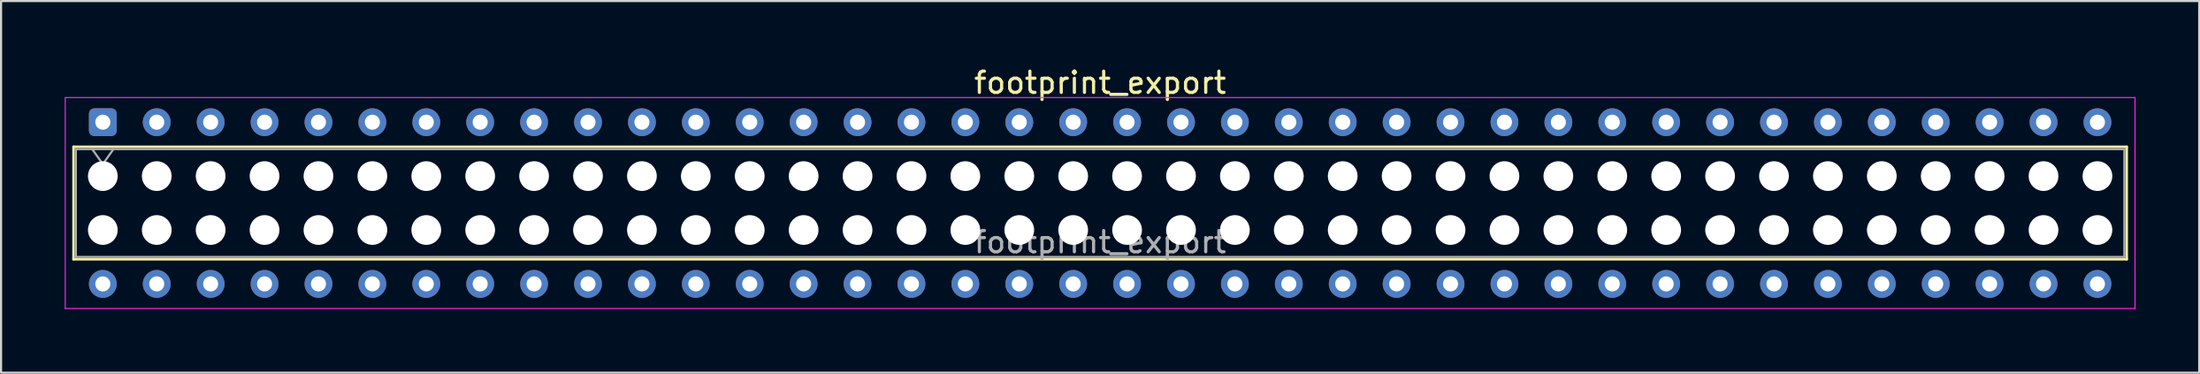
<source format=kicad_pcb>
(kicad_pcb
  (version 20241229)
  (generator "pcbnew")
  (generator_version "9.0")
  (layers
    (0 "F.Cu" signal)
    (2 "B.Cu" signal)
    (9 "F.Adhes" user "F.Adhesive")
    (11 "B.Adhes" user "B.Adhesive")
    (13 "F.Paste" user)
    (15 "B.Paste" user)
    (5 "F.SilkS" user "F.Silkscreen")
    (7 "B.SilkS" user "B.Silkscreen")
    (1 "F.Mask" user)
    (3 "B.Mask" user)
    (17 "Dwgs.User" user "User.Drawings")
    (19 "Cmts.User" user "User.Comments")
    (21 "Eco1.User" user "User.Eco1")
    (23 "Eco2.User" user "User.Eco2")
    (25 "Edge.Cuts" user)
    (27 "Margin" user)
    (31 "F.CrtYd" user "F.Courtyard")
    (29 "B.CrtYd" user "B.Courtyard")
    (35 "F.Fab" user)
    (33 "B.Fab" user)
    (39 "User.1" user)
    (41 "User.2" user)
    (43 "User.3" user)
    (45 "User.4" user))
  (footprint "footprint_export"
    (layer "F.Cu")
    (at 1.795 2.708)
    (property "Reference" "footprint_export" (at 46.99 -1.86 0) (layer "F.SilkS") (effects (font (size 1 1) (thickness 0.15))))
    (attr through_hole)
    (fp_line (start -1.38 1.16) (end 95.36 1.16) (stroke (width 0.12) (type solid)) (layer "F.SilkS"))
    (fp_line (start -1.38 6.46) (end -1.38 1.16) (stroke (width 0.12) (type solid)) (layer "F.SilkS"))
    (fp_line (start 95.36 1.16) (end 95.36 6.46) (stroke (width 0.12) (type solid)) (layer "F.SilkS"))
    (fp_line (start 95.36 6.46) (end -1.38 6.46) (stroke (width 0.12) (type solid)) (layer "F.SilkS"))
    (fp_line (start -1.77 -1.16) (end 95.75 -1.16) (stroke (width 0.05) (type solid)) (layer "F.CrtYd"))
    (fp_line (start -1.77 8.78) (end -1.77 -1.16) (stroke (width 0.05) (type solid)) (layer "F.CrtYd"))
    (fp_line (start 95.75 -1.16) (end 95.75 8.78) (stroke (width 0.05) (type solid)) (layer "F.CrtYd"))
    (fp_line (start 95.75 8.78) (end -1.77 8.78) (stroke (width 0.05) (type solid)) (layer "F.CrtYd"))
    (fp_line (start -1.27 1.27) (end 95.25 1.27) (stroke (width 0.1) (type solid)) (layer "F.Fab"))
    (fp_line (start -1.27 6.35) (end -1.27 1.27) (stroke (width 0.1) (type solid)) (layer "F.Fab"))
    (fp_line (start -0.5 1.27) (end 0 1.977) (stroke (width 0.1) (type solid)) (layer "F.Fab"))
    (fp_line (start 0 1.977) (end 0.5 1.27) (stroke (width 0.1) (type solid)) (layer "F.Fab"))
    (fp_line (start 95.25 1.27) (end 95.25 6.35) (stroke (width 0.1) (type solid)) (layer "F.Fab"))
    (fp_line (start 95.25 6.35) (end -1.27 6.35) (stroke (width 0.1) (type solid)) (layer "F.Fab"))
    (fp_text user "${REFERENCE}" (at 46.99 5.65 0) (layer "F.Fab") (effects (font (size 1 1) (thickness 0.15))))
    (pad "" np_thru_hole circle (at 0 2.54) (size 1.4 1.4) (drill 1.4) (layers "*.Cu" "*.Mask"))
    (pad "" np_thru_hole circle (at 0 5.08) (size 1.4 1.4) (drill 1.4) (layers "*.Cu" "*.Mask"))
    (pad "" np_thru_hole circle (at 2.54 2.54) (size 1.4 1.4) (drill 1.4) (layers "*.Cu" "*.Mask"))
    (pad "" np_thru_hole circle (at 2.54 5.08) (size 1.4 1.4) (drill 1.4) (layers "*.Cu" "*.Mask"))
    (pad "" np_thru_hole circle (at 5.08 2.54) (size 1.4 1.4) (drill 1.4) (layers "*.Cu" "*.Mask"))
    (pad "" np_thru_hole circle (at 5.08 5.08) (size 1.4 1.4) (drill 1.4) (layers "*.Cu" "*.Mask"))
    (pad "" np_thru_hole circle (at 7.62 2.54) (size 1.4 1.4) (drill 1.4) (layers "*.Cu" "*.Mask"))
    (pad "" np_thru_hole circle (at 7.62 5.08) (size 1.4 1.4) (drill 1.4) (layers "*.Cu" "*.Mask"))
    (pad "" np_thru_hole circle (at 10.16 2.54) (size 1.4 1.4) (drill 1.4) (layers "*.Cu" "*.Mask"))
    (pad "" np_thru_hole circle (at 10.16 5.08) (size 1.4 1.4) (drill 1.4) (layers "*.Cu" "*.Mask"))
    (pad "" np_thru_hole circle (at 12.7 2.54) (size 1.4 1.4) (drill 1.4) (layers "*.Cu" "*.Mask"))
    (pad "" np_thru_hole circle (at 12.7 5.08) (size 1.4 1.4) (drill 1.4) (layers "*.Cu" "*.Mask"))
    (pad "" np_thru_hole circle (at 15.24 2.54) (size 1.4 1.4) (drill 1.4) (layers "*.Cu" "*.Mask"))
    (pad "" np_thru_hole circle (at 15.24 5.08) (size 1.4 1.4) (drill 1.4) (layers "*.Cu" "*.Mask"))
    (pad "" np_thru_hole circle (at 17.78 2.54) (size 1.4 1.4) (drill 1.4) (layers "*.Cu" "*.Mask"))
    (pad "" np_thru_hole circle (at 17.78 5.08) (size 1.4 1.4) (drill 1.4) (layers "*.Cu" "*.Mask"))
    (pad "" np_thru_hole circle (at 20.32 2.54) (size 1.4 1.4) (drill 1.4) (layers "*.Cu" "*.Mask"))
    (pad "" np_thru_hole circle (at 20.32 5.08) (size 1.4 1.4) (drill 1.4) (layers "*.Cu" "*.Mask"))
    (pad "" np_thru_hole circle (at 22.86 2.54) (size 1.4 1.4) (drill 1.4) (layers "*.Cu" "*.Mask"))
    (pad "" np_thru_hole circle (at 22.86 5.08) (size 1.4 1.4) (drill 1.4) (layers "*.Cu" "*.Mask"))
    (pad "" np_thru_hole circle (at 25.4 2.54) (size 1.4 1.4) (drill 1.4) (layers "*.Cu" "*.Mask"))
    (pad "" np_thru_hole circle (at 25.4 5.08) (size 1.4 1.4) (drill 1.4) (layers "*.Cu" "*.Mask"))
    (pad "" np_thru_hole circle (at 27.94 2.54) (size 1.4 1.4) (drill 1.4) (layers "*.Cu" "*.Mask"))
    (pad "" np_thru_hole circle (at 27.94 5.08) (size 1.4 1.4) (drill 1.4) (layers "*.Cu" "*.Mask"))
    (pad "" np_thru_hole circle (at 30.48 2.54) (size 1.4 1.4) (drill 1.4) (layers "*.Cu" "*.Mask"))
    (pad "" np_thru_hole circle (at 30.48 5.08) (size 1.4 1.4) (drill 1.4) (layers "*.Cu" "*.Mask"))
    (pad "" np_thru_hole circle (at 33.02 2.54) (size 1.4 1.4) (drill 1.4) (layers "*.Cu" "*.Mask"))
    (pad "" np_thru_hole circle (at 33.02 5.08) (size 1.4 1.4) (drill 1.4) (layers "*.Cu" "*.Mask"))
    (pad "" np_thru_hole circle (at 35.56 2.54) (size 1.4 1.4) (drill 1.4) (layers "*.Cu" "*.Mask"))
    (pad "" np_thru_hole circle (at 35.56 5.08) (size 1.4 1.4) (drill 1.4) (layers "*.Cu" "*.Mask"))
    (pad "" np_thru_hole circle (at 38.1 2.54) (size 1.4 1.4) (drill 1.4) (layers "*.Cu" "*.Mask"))
    (pad "" np_thru_hole circle (at 38.1 5.08) (size 1.4 1.4) (drill 1.4) (layers "*.Cu" "*.Mask"))
    (pad "" np_thru_hole circle (at 40.64 2.54) (size 1.4 1.4) (drill 1.4) (layers "*.Cu" "*.Mask"))
    (pad "" np_thru_hole circle (at 40.64 5.08) (size 1.4 1.4) (drill 1.4) (layers "*.Cu" "*.Mask"))
    (pad "" np_thru_hole circle (at 43.18 2.54) (size 1.4 1.4) (drill 1.4) (layers "*.Cu" "*.Mask"))
    (pad "" np_thru_hole circle (at 43.18 5.08) (size 1.4 1.4) (drill 1.4) (layers "*.Cu" "*.Mask"))
    (pad "" np_thru_hole circle (at 45.72 2.54) (size 1.4 1.4) (drill 1.4) (layers "*.Cu" "*.Mask"))
    (pad "" np_thru_hole circle (at 45.72 5.08) (size 1.4 1.4) (drill 1.4) (layers "*.Cu" "*.Mask"))
    (pad "" np_thru_hole circle (at 48.26 2.54) (size 1.4 1.4) (drill 1.4) (layers "*.Cu" "*.Mask"))
    (pad "" np_thru_hole circle (at 48.26 5.08) (size 1.4 1.4) (drill 1.4) (layers "*.Cu" "*.Mask"))
    (pad "" np_thru_hole circle (at 50.8 2.54) (size 1.4 1.4) (drill 1.4) (layers "*.Cu" "*.Mask"))
    (pad "" np_thru_hole circle (at 50.8 5.08) (size 1.4 1.4) (drill 1.4) (layers "*.Cu" "*.Mask"))
    (pad "" np_thru_hole circle (at 53.34 2.54) (size 1.4 1.4) (drill 1.4) (layers "*.Cu" "*.Mask"))
    (pad "" np_thru_hole circle (at 53.34 5.08) (size 1.4 1.4) (drill 1.4) (layers "*.Cu" "*.Mask"))
    (pad "" np_thru_hole circle (at 55.88 2.54) (size 1.4 1.4) (drill 1.4) (layers "*.Cu" "*.Mask"))
    (pad "" np_thru_hole circle (at 55.88 5.08) (size 1.4 1.4) (drill 1.4) (layers "*.Cu" "*.Mask"))
    (pad "" np_thru_hole circle (at 58.42 2.54) (size 1.4 1.4) (drill 1.4) (layers "*.Cu" "*.Mask"))
    (pad "" np_thru_hole circle (at 58.42 5.08) (size 1.4 1.4) (drill 1.4) (layers "*.Cu" "*.Mask"))
    (pad "" np_thru_hole circle (at 60.96 2.54) (size 1.4 1.4) (drill 1.4) (layers "*.Cu" "*.Mask"))
    (pad "" np_thru_hole circle (at 60.96 5.08) (size 1.4 1.4) (drill 1.4) (layers "*.Cu" "*.Mask"))
    (pad "" np_thru_hole circle (at 63.5 2.54) (size 1.4 1.4) (drill 1.4) (layers "*.Cu" "*.Mask"))
    (pad "" np_thru_hole circle (at 63.5 5.08) (size 1.4 1.4) (drill 1.4) (layers "*.Cu" "*.Mask"))
    (pad "" np_thru_hole circle (at 66.04 2.54) (size 1.4 1.4) (drill 1.4) (layers "*.Cu" "*.Mask"))
    (pad "" np_thru_hole circle (at 66.04 5.08) (size 1.4 1.4) (drill 1.4) (layers "*.Cu" "*.Mask"))
    (pad "" np_thru_hole circle (at 68.58 2.54) (size 1.4 1.4) (drill 1.4) (layers "*.Cu" "*.Mask"))
    (pad "" np_thru_hole circle (at 68.58 5.08) (size 1.4 1.4) (drill 1.4) (layers "*.Cu" "*.Mask"))
    (pad "" np_thru_hole circle (at 71.12 2.54) (size 1.4 1.4) (drill 1.4) (layers "*.Cu" "*.Mask"))
    (pad "" np_thru_hole circle (at 71.12 5.08) (size 1.4 1.4) (drill 1.4) (layers "*.Cu" "*.Mask"))
    (pad "" np_thru_hole circle (at 73.66 2.54) (size 1.4 1.4) (drill 1.4) (layers "*.Cu" "*.Mask"))
    (pad "" np_thru_hole circle (at 73.66 5.08) (size 1.4 1.4) (drill 1.4) (layers "*.Cu" "*.Mask"))
    (pad "" np_thru_hole circle (at 76.2 2.54) (size 1.4 1.4) (drill 1.4) (layers "*.Cu" "*.Mask"))
    (pad "" np_thru_hole circle (at 76.2 5.08) (size 1.4 1.4) (drill 1.4) (layers "*.Cu" "*.Mask"))
    (pad "" np_thru_hole circle (at 78.74 2.54) (size 1.4 1.4) (drill 1.4) (layers "*.Cu" "*.Mask"))
    (pad "" np_thru_hole circle (at 78.74 5.08) (size 1.4 1.4) (drill 1.4) (layers "*.Cu" "*.Mask"))
    (pad "" np_thru_hole circle (at 81.28 2.54) (size 1.4 1.4) (drill 1.4) (layers "*.Cu" "*.Mask"))
    (pad "" np_thru_hole circle (at 81.28 5.08) (size 1.4 1.4) (drill 1.4) (layers "*.Cu" "*.Mask"))
    (pad "" np_thru_hole circle (at 83.82 2.54) (size 1.4 1.4) (drill 1.4) (layers "*.Cu" "*.Mask"))
    (pad "" np_thru_hole circle (at 83.82 5.08) (size 1.4 1.4) (drill 1.4) (layers "*.Cu" "*.Mask"))
    (pad "" np_thru_hole circle (at 86.36 2.54) (size 1.4 1.4) (drill 1.4) (layers "*.Cu" "*.Mask"))
    (pad "" np_thru_hole circle (at 86.36 5.08) (size 1.4 1.4) (drill 1.4) (layers "*.Cu" "*.Mask"))
    (pad "" np_thru_hole circle (at 88.9 2.54) (size 1.4 1.4) (drill 1.4) (layers "*.Cu" "*.Mask"))
    (pad "" np_thru_hole circle (at 88.9 5.08) (size 1.4 1.4) (drill 1.4) (layers "*.Cu" "*.Mask"))
    (pad "" np_thru_hole circle (at 91.44 2.54) (size 1.4 1.4) (drill 1.4) (layers "*.Cu" "*.Mask"))
    (pad "" np_thru_hole circle (at 91.44 5.08) (size 1.4 1.4) (drill 1.4) (layers "*.Cu" "*.Mask"))
    (pad "" np_thru_hole circle (at 93.98 2.54) (size 1.4 1.4) (drill 1.4) (layers "*.Cu" "*.Mask"))
    (pad "" np_thru_hole circle (at 93.98 5.08) (size 1.4 1.4) (drill 1.4) (layers "*.Cu" "*.Mask"))
    (pad "1" thru_hole roundrect (at 0 0) (size 1.31 1.31) (drill 0.71) (layers "*.Cu" "*.Mask") (roundrect_rratio 0.191))
    (pad "2" thru_hole circle (at 0 7.62) (size 1.31 1.31) (drill 0.71) (layers "*.Cu" "*.Mask"))
    (pad "3" thru_hole circle (at 2.54 0) (size 1.31 1.31) (drill 0.71) (layers "*.Cu" "*.Mask"))
    (pad "4" thru_hole circle (at 2.54 7.62) (size 1.31 1.31) (drill 0.71) (layers "*.Cu" "*.Mask"))
    (pad "5" thru_hole circle (at 5.08 0) (size 1.31 1.31) (drill 0.71) (layers "*.Cu" "*.Mask"))
    (pad "6" thru_hole circle (at 5.08 7.62) (size 1.31 1.31) (drill 0.71) (layers "*.Cu" "*.Mask"))
    (pad "7" thru_hole circle (at 7.62 0) (size 1.31 1.31) (drill 0.71) (layers "*.Cu" "*.Mask"))
    (pad "8" thru_hole circle (at 7.62 7.62) (size 1.31 1.31) (drill 0.71) (layers "*.Cu" "*.Mask"))
    (pad "9" thru_hole circle (at 10.16 0) (size 1.31 1.31) (drill 0.71) (layers "*.Cu" "*.Mask"))
    (pad "10" thru_hole circle (at 10.16 7.62) (size 1.31 1.31) (drill 0.71) (layers "*.Cu" "*.Mask"))
    (pad "11" thru_hole circle (at 12.7 0) (size 1.31 1.31) (drill 0.71) (layers "*.Cu" "*.Mask"))
    (pad "12" thru_hole circle (at 12.7 7.62) (size 1.31 1.31) (drill 0.71) (layers "*.Cu" "*.Mask"))
    (pad "13" thru_hole circle (at 15.24 0) (size 1.31 1.31) (drill 0.71) (layers "*.Cu" "*.Mask"))
    (pad "14" thru_hole circle (at 15.24 7.62) (size 1.31 1.31) (drill 0.71) (layers "*.Cu" "*.Mask"))
    (pad "15" thru_hole circle (at 17.78 0) (size 1.31 1.31) (drill 0.71) (layers "*.Cu" "*.Mask"))
    (pad "16" thru_hole circle (at 17.78 7.62) (size 1.31 1.31) (drill 0.71) (layers "*.Cu" "*.Mask"))
    (pad "17" thru_hole circle (at 20.32 0) (size 1.31 1.31) (drill 0.71) (layers "*.Cu" "*.Mask"))
    (pad "18" thru_hole circle (at 20.32 7.62) (size 1.31 1.31) (drill 0.71) (layers "*.Cu" "*.Mask"))
    (pad "19" thru_hole circle (at 22.86 0) (size 1.31 1.31) (drill 0.71) (layers "*.Cu" "*.Mask"))
    (pad "20" thru_hole circle (at 22.86 7.62) (size 1.31 1.31) (drill 0.71) (layers "*.Cu" "*.Mask"))
    (pad "21" thru_hole circle (at 25.4 0) (size 1.31 1.31) (drill 0.71) (layers "*.Cu" "*.Mask"))
    (pad "22" thru_hole circle (at 25.4 7.62) (size 1.31 1.31) (drill 0.71) (layers "*.Cu" "*.Mask"))
    (pad "23" thru_hole circle (at 27.94 0) (size 1.31 1.31) (drill 0.71) (layers "*.Cu" "*.Mask"))
    (pad "24" thru_hole circle (at 27.94 7.62) (size 1.31 1.31) (drill 0.71) (layers "*.Cu" "*.Mask"))
    (pad "25" thru_hole circle (at 30.48 0) (size 1.31 1.31) (drill 0.71) (layers "*.Cu" "*.Mask"))
    (pad "26" thru_hole circle (at 30.48 7.62) (size 1.31 1.31) (drill 0.71) (layers "*.Cu" "*.Mask"))
    (pad "27" thru_hole circle (at 33.02 0) (size 1.31 1.31) (drill 0.71) (layers "*.Cu" "*.Mask"))
    (pad "28" thru_hole circle (at 33.02 7.62) (size 1.31 1.31) (drill 0.71) (layers "*.Cu" "*.Mask"))
    (pad "29" thru_hole circle (at 35.56 0) (size 1.31 1.31) (drill 0.71) (layers "*.Cu" "*.Mask"))
    (pad "30" thru_hole circle (at 35.56 7.62) (size 1.31 1.31) (drill 0.71) (layers "*.Cu" "*.Mask"))
    (pad "31" thru_hole circle (at 38.1 0) (size 1.31 1.31) (drill 0.71) (layers "*.Cu" "*.Mask"))
    (pad "32" thru_hole circle (at 38.1 7.62) (size 1.31 1.31) (drill 0.71) (layers "*.Cu" "*.Mask"))
    (pad "33" thru_hole circle (at 40.64 0) (size 1.31 1.31) (drill 0.71) (layers "*.Cu" "*.Mask"))
    (pad "34" thru_hole circle (at 40.64 7.62) (size 1.31 1.31) (drill 0.71) (layers "*.Cu" "*.Mask"))
    (pad "35" thru_hole circle (at 43.18 0) (size 1.31 1.31) (drill 0.71) (layers "*.Cu" "*.Mask"))
    (pad "36" thru_hole circle (at 43.18 7.62) (size 1.31 1.31) (drill 0.71) (layers "*.Cu" "*.Mask"))
    (pad "37" thru_hole circle (at 45.72 0) (size 1.31 1.31) (drill 0.71) (layers "*.Cu" "*.Mask"))
    (pad "38" thru_hole circle (at 45.72 7.62) (size 1.31 1.31) (drill 0.71) (layers "*.Cu" "*.Mask"))
    (pad "39" thru_hole circle (at 48.26 0) (size 1.31 1.31) (drill 0.71) (layers "*.Cu" "*.Mask"))
    (pad "40" thru_hole circle (at 48.26 7.62) (size 1.31 1.31) (drill 0.71) (layers "*.Cu" "*.Mask"))
    (pad "41" thru_hole circle (at 50.8 0) (size 1.31 1.31) (drill 0.71) (layers "*.Cu" "*.Mask"))
    (pad "42" thru_hole circle (at 50.8 7.62) (size 1.31 1.31) (drill 0.71) (layers "*.Cu" "*.Mask"))
    (pad "43" thru_hole circle (at 53.34 0) (size 1.31 1.31) (drill 0.71) (layers "*.Cu" "*.Mask"))
    (pad "44" thru_hole circle (at 53.34 7.62) (size 1.31 1.31) (drill 0.71) (layers "*.Cu" "*.Mask"))
    (pad "45" thru_hole circle (at 55.88 0) (size 1.31 1.31) (drill 0.71) (layers "*.Cu" "*.Mask"))
    (pad "46" thru_hole circle (at 55.88 7.62) (size 1.31 1.31) (drill 0.71) (layers "*.Cu" "*.Mask"))
    (pad "47" thru_hole circle (at 58.42 0) (size 1.31 1.31) (drill 0.71) (layers "*.Cu" "*.Mask"))
    (pad "48" thru_hole circle (at 58.42 7.62) (size 1.31 1.31) (drill 0.71) (layers "*.Cu" "*.Mask"))
    (pad "49" thru_hole circle (at 60.96 0) (size 1.31 1.31) (drill 0.71) (layers "*.Cu" "*.Mask"))
    (pad "50" thru_hole circle (at 60.96 7.62) (size 1.31 1.31) (drill 0.71) (layers "*.Cu" "*.Mask"))
    (pad "51" thru_hole circle (at 63.5 0) (size 1.31 1.31) (drill 0.71) (layers "*.Cu" "*.Mask"))
    (pad "52" thru_hole circle (at 63.5 7.62) (size 1.31 1.31) (drill 0.71) (layers "*.Cu" "*.Mask"))
    (pad "53" thru_hole circle (at 66.04 0) (size 1.31 1.31) (drill 0.71) (layers "*.Cu" "*.Mask"))
    (pad "54" thru_hole circle (at 66.04 7.62) (size 1.31 1.31) (drill 0.71) (layers "*.Cu" "*.Mask"))
    (pad "55" thru_hole circle (at 68.58 0) (size 1.31 1.31) (drill 0.71) (layers "*.Cu" "*.Mask"))
    (pad "56" thru_hole circle (at 68.58 7.62) (size 1.31 1.31) (drill 0.71) (layers "*.Cu" "*.Mask"))
    (pad "57" thru_hole circle (at 71.12 0) (size 1.31 1.31) (drill 0.71) (layers "*.Cu" "*.Mask"))
    (pad "58" thru_hole circle (at 71.12 7.62) (size 1.31 1.31) (drill 0.71) (layers "*.Cu" "*.Mask"))
    (pad "59" thru_hole circle (at 73.66 0) (size 1.31 1.31) (drill 0.71) (layers "*.Cu" "*.Mask"))
    (pad "60" thru_hole circle (at 73.66 7.62) (size 1.31 1.31) (drill 0.71) (layers "*.Cu" "*.Mask"))
    (pad "61" thru_hole circle (at 76.2 0) (size 1.31 1.31) (drill 0.71) (layers "*.Cu" "*.Mask"))
    (pad "62" thru_hole circle (at 76.2 7.62) (size 1.31 1.31) (drill 0.71) (layers "*.Cu" "*.Mask"))
    (pad "63" thru_hole circle (at 78.74 0) (size 1.31 1.31) (drill 0.71) (layers "*.Cu" "*.Mask"))
    (pad "64" thru_hole circle (at 78.74 7.62) (size 1.31 1.31) (drill 0.71) (layers "*.Cu" "*.Mask"))
    (pad "65" thru_hole circle (at 81.28 0) (size 1.31 1.31) (drill 0.71) (layers "*.Cu" "*.Mask"))
    (pad "66" thru_hole circle (at 81.28 7.62) (size 1.31 1.31) (drill 0.71) (layers "*.Cu" "*.Mask"))
    (pad "67" thru_hole circle (at 83.82 0) (size 1.31 1.31) (drill 0.71) (layers "*.Cu" "*.Mask"))
    (pad "68" thru_hole circle (at 83.82 7.62) (size 1.31 1.31) (drill 0.71) (layers "*.Cu" "*.Mask"))
    (pad "69" thru_hole circle (at 86.36 0) (size 1.31 1.31) (drill 0.71) (layers "*.Cu" "*.Mask"))
    (pad "70" thru_hole circle (at 86.36 7.62) (size 1.31 1.31) (drill 0.71) (layers "*.Cu" "*.Mask"))
    (pad "71" thru_hole circle (at 88.9 0) (size 1.31 1.31) (drill 0.71) (layers "*.Cu" "*.Mask"))
    (pad "72" thru_hole circle (at 88.9 7.62) (size 1.31 1.31) (drill 0.71) (layers "*.Cu" "*.Mask"))
    (pad "73" thru_hole circle (at 91.44 0) (size 1.31 1.31) (drill 0.71) (layers "*.Cu" "*.Mask"))
    (pad "74" thru_hole circle (at 91.44 7.62) (size 1.31 1.31) (drill 0.71) (layers "*.Cu" "*.Mask"))
    (pad "75" thru_hole circle (at 93.98 0) (size 1.31 1.31) (drill 0.71) (layers "*.Cu" "*.Mask"))
    (pad "76" thru_hole circle (at 93.98 7.62) (size 1.31 1.31) (drill 0.71) (layers "*.Cu" "*.Mask")))
  (gr_rect
    (start -3 -3)
    (end 100.57 14.513)
    (stroke (width 0.1) (type default))
    (fill no)
    (layer "Edge.Cuts")))
</source>
